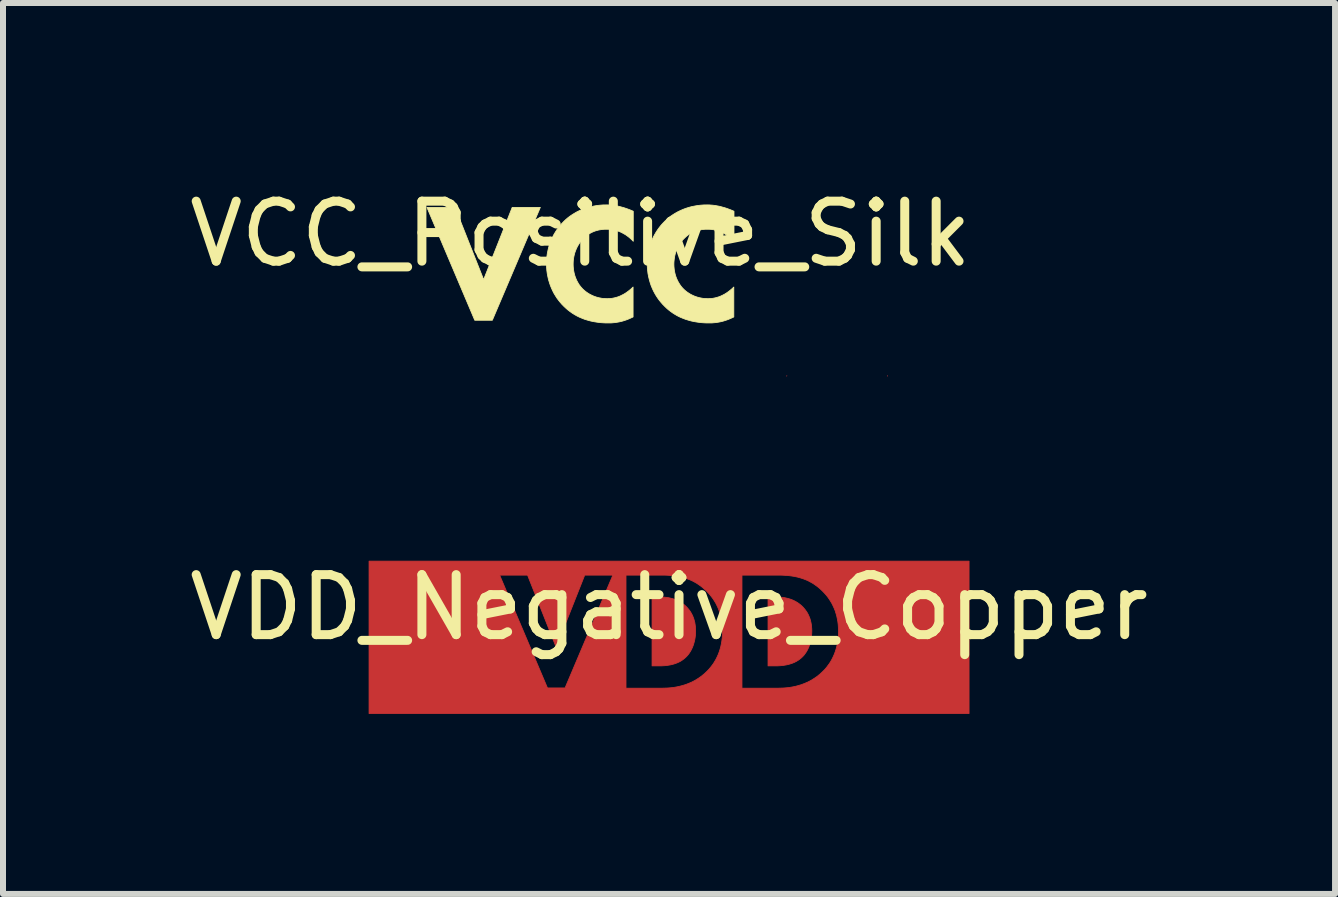
<source format=kicad_pcb>
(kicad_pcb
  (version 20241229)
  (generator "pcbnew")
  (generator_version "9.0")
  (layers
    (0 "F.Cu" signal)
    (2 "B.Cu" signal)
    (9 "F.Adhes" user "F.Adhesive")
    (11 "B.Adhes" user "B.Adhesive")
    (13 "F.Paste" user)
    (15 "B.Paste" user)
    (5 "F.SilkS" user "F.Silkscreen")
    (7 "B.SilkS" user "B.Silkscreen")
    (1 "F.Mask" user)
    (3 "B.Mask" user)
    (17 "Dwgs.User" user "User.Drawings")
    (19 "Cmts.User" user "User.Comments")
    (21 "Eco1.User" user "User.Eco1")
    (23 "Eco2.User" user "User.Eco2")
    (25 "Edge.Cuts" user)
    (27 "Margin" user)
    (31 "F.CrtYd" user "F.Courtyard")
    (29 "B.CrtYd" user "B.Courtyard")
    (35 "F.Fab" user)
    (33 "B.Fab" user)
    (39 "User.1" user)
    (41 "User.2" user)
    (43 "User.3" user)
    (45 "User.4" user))
  (footprint "VCC_Positive_Silk"
    (layer "F.Cu")
    (at 6.625 1.348)
    (property "Reference" "VCC_Positive_Silk" (at 0 -0.5 0) (unlocked yes) (layer "F.SilkS") (effects (font (size 1 1) (thickness 0.15))))
    (fp_poly (pts (xy 3.436 1.87) (xy 3.436 1.868) (xy 3.44 1.866)) (stroke (width 0.013) (type solid)) (fill yes) (layer "F.Cu"))
    (fp_poly (pts (xy 5.115 1.87) (xy 5.115 1.868) (xy 5.119 1.866)) (stroke (width 0.013) (type solid)) (fill yes) (layer "F.Cu"))
    (fp_poly (pts (xy -1.614 0.262) (xy -1.138 -0.941) (xy -0.669 -0.941) (xy -1.469 0.94) (xy -1.762 0.94) (xy -2.559 -0.941) (xy -2.09 -0.941)) (stroke (width 0.013) (type solid)) (fill yes) (layer "F.SilkS"))
    (fp_poly (pts (xy 0.452 -0.983) (xy 0.476 -0.982) (xy 0.5 -0.98) (xy 0.525 -0.978) (xy 0.551 -0.975) (xy 0.577 -0.971) (xy 0.604 -0.966) (xy 0.632 -0.961) (xy 0.66 -0.954) (xy 0.689 -0.946) (xy 0.719 -0.938) (xy 0.749 -0.928) (xy 0.781 -0.917) (xy 0.813 -0.905) (xy 0.846 -0.892) (xy 0.88 -0.877) (xy 0.88 -0.376) (xy 0.862 -0.395) (xy 0.842 -0.414) (xy 0.821 -0.433) (xy 0.799 -0.451) (xy 0.776 -0.468) (xy 0.752 -0.485) (xy 0.726 -0.5) (xy 0.699 -0.515) (xy 0.671 -0.529) (xy 0.642 -0.541) (xy 0.611 -0.551) (xy 0.596 -0.556) (xy 0.579 -0.56) (xy 0.563 -0.564) (xy 0.546 -0.568) (xy 0.529 -0.57) (xy 0.512 -0.573) (xy 0.494 -0.575) (xy 0.476 -0.576) (xy 0.458 -0.577) (xy 0.439 -0.577) (xy 0.41 -0.577) (xy 0.381 -0.575) (xy 0.353 -0.572) (xy 0.326 -0.568) (xy 0.299 -0.563) (xy 0.274 -0.556) (xy 0.249 -0.549) (xy 0.224 -0.54) (xy 0.201 -0.53) (xy 0.178 -0.519) (xy 0.156 -0.507) (xy 0.134 -0.494) (xy 0.113 -0.479) (xy 0.093 -0.464) (xy 0.073 -0.447) (xy 0.055 -0.429) (xy 0.035 -0.409) (xy 0.017 -0.389) (xy -0.001 -0.367) (xy -0.018 -0.343) (xy -0.033 -0.319) (xy -0.048 -0.294) (xy -0.061 -0.268) (xy -0.073 -0.241) (xy -0.084 -0.213) (xy -0.094 -0.185) (xy -0.102 -0.155) (xy -0.109 -0.125) (xy -0.115 -0.093) (xy -0.119 -0.061) (xy -0.121 -0.029) (xy -0.122 0.005) (xy -0.121 0.04) (xy -0.118 0.075) (xy -0.114 0.108) (xy -0.108 0.14) (xy -0.101 0.17) (xy -0.093 0.199) (xy -0.083 0.227) (xy -0.072 0.254) (xy -0.061 0.279) (xy -0.048 0.303) (xy -0.035 0.326) (xy -0.021 0.348) (xy -0.006 0.368) (xy 0.009 0.387) (xy 0.025 0.405) (xy 0.04 0.421) (xy 0.049 0.429) (xy 0.06 0.439) (xy 0.073 0.45) (xy 0.088 0.462) (xy 0.106 0.475) (xy 0.125 0.488) (xy 0.148 0.502) (xy 0.172 0.515) (xy 0.185 0.521) (xy 0.198 0.528) (xy 0.213 0.534) (xy 0.227 0.54) (xy 0.242 0.545) (xy 0.258 0.551) (xy 0.275 0.556) (xy 0.291 0.56) (xy 0.309 0.565) (xy 0.327 0.568) (xy 0.345 0.572) (xy 0.364 0.575) (xy 0.384 0.577) (xy 0.404 0.578) (xy 0.425 0.579) (xy 0.446 0.58) (xy 0.468 0.579) (xy 0.49 0.578) (xy 0.514 0.576) (xy 0.538 0.572) (xy 0.563 0.567) (xy 0.588 0.561) (xy 0.615 0.553) (xy 0.642 0.544) (xy 0.669 0.532) (xy 0.697 0.518) (xy 0.726 0.503) (xy 0.755 0.485) (xy 0.785 0.464) (xy 0.815 0.441) (xy 0.846 0.415) (xy 0.877 0.386) (xy 0.877 0.885) (xy 0.849 0.898) (xy 0.819 0.912) (xy 0.79 0.924) (xy 0.761 0.935) (xy 0.733 0.944) (xy 0.705 0.953) (xy 0.678 0.96) (xy 0.652 0.966) (xy 0.626 0.971) (xy 0.601 0.975) (xy 0.577 0.979) (xy 0.553 0.981) (xy 0.507 0.985) (xy 0.464 0.985) (xy 0.4 0.984) (xy 0.339 0.98) (xy 0.281 0.973) (xy 0.225 0.964) (xy 0.171 0.953) (xy 0.12 0.939) (xy 0.07 0.924) (xy 0.024 0.906) (xy -0.021 0.887) (xy -0.063 0.866) (xy -0.103 0.843) (xy -0.141 0.819) (xy -0.177 0.793) (xy -0.211 0.767) (xy -0.243 0.739) (xy -0.274 0.71) (xy -0.305 0.679) (xy -0.335 0.645) (xy -0.363 0.61) (xy -0.391 0.573) (xy -0.416 0.534) (xy -0.441 0.493) (xy -0.463 0.45) (xy -0.483 0.406) (xy -0.502 0.36) (xy -0.518 0.312) (xy -0.533 0.263) (xy -0.544 0.213) (xy -0.554 0.161) (xy -0.561 0.108) (xy -0.565 0.053) (xy -0.566 -0.002) (xy -0.565 -0.058) (xy -0.561 -0.112) (xy -0.554 -0.165) (xy -0.544 -0.216) (xy -0.533 -0.266) (xy -0.518 -0.315) (xy -0.502 -0.362) (xy -0.483 -0.407) (xy -0.463 -0.451) (xy -0.441 -0.493) (xy -0.416 -0.534) (xy -0.391 -0.573) (xy -0.363 -0.61) (xy -0.335 -0.646) (xy -0.305 -0.679) (xy -0.274 -0.711) (xy -0.242 -0.741) (xy -0.208 -0.77) (xy -0.172 -0.797) (xy -0.135 -0.822) (xy -0.096 -0.846) (xy -0.056 -0.869) (xy -0.014 -0.889) (xy 0.03 -0.908) (xy 0.075 -0.925) (xy 0.121 -0.94) (xy 0.169 -0.953) (xy 0.219 -0.963) (xy 0.269 -0.972) (xy 0.321 -0.978) (xy 0.374 -0.982) (xy 0.429 -0.983)) (stroke (width 0.013) (type solid)) (fill yes) (layer "F.SilkS"))
    (fp_poly (pts (xy 2.131 -0.983) (xy 2.155 -0.982) (xy 2.18 -0.98) (xy 2.205 -0.978) (xy 2.23 -0.975) (xy 2.257 -0.971) (xy 2.283 -0.966) (xy 2.311 -0.961) (xy 2.339 -0.954) (xy 2.368 -0.946) (xy 2.398 -0.938) (xy 2.429 -0.928) (xy 2.46 -0.917) (xy 2.492 -0.905) (xy 2.525 -0.892) (xy 2.559 -0.877) (xy 2.559 -0.376) (xy 2.541 -0.395) (xy 2.521 -0.414) (xy 2.5 -0.433) (xy 2.478 -0.451) (xy 2.455 -0.468) (xy 2.431 -0.485) (xy 2.405 -0.5) (xy 2.379 -0.515) (xy 2.35 -0.529) (xy 2.321 -0.541) (xy 2.291 -0.551) (xy 2.275 -0.556) (xy 2.259 -0.56) (xy 2.242 -0.564) (xy 2.226 -0.568) (xy 2.208 -0.57) (xy 2.191 -0.573) (xy 2.173 -0.575) (xy 2.155 -0.576) (xy 2.137 -0.577) (xy 2.118 -0.577) (xy 2.089 -0.577) (xy 2.06 -0.575) (xy 2.032 -0.572) (xy 2.005 -0.568) (xy 1.979 -0.563) (xy 1.953 -0.556) (xy 1.928 -0.549) (xy 1.904 -0.54) (xy 1.88 -0.53) (xy 1.857 -0.519) (xy 1.835 -0.507) (xy 1.813 -0.494) (xy 1.792 -0.479) (xy 1.772 -0.464) (xy 1.753 -0.447) (xy 1.734 -0.429) (xy 1.714 -0.409) (xy 1.696 -0.389) (xy 1.678 -0.367) (xy 1.662 -0.343) (xy 1.646 -0.319) (xy 1.631 -0.294) (xy 1.618 -0.268) (xy 1.606 -0.241) (xy 1.595 -0.213) (xy 1.585 -0.185) (xy 1.577 -0.155) (xy 1.57 -0.125) (xy 1.565 -0.093) (xy 1.561 -0.061) (xy 1.558 -0.029) (xy 1.557 0.005) (xy 1.558 0.04) (xy 1.561 0.075) (xy 1.565 0.108) (xy 1.571 0.14) (xy 1.578 0.17) (xy 1.586 0.199) (xy 1.596 0.227) (xy 1.607 0.254) (xy 1.619 0.279) (xy 1.631 0.303) (xy 1.645 0.326) (xy 1.659 0.348) (xy 1.673 0.368) (xy 1.688 0.387) (xy 1.704 0.405) (xy 1.72 0.421) (xy 1.728 0.429) (xy 1.739 0.439) (xy 1.752 0.45) (xy 1.767 0.462) (xy 1.785 0.475) (xy 1.805 0.488) (xy 1.827 0.502) (xy 1.851 0.515) (xy 1.864 0.521) (xy 1.878 0.528) (xy 1.892 0.534) (xy 1.906 0.54) (xy 1.922 0.545) (xy 1.938 0.551) (xy 1.954 0.556) (xy 1.971 0.56) (xy 1.988 0.565) (xy 2.006 0.568) (xy 2.025 0.572) (xy 2.044 0.575) (xy 2.063 0.577) (xy 2.083 0.578) (xy 2.104 0.579) (xy 2.125 0.58) (xy 2.147 0.579) (xy 2.169 0.578) (xy 2.193 0.576) (xy 2.217 0.572) (xy 2.242 0.567) (xy 2.267 0.561) (xy 2.294 0.553) (xy 2.321 0.544) (xy 2.348 0.532) (xy 2.377 0.518) (xy 2.405 0.503) (xy 2.434 0.485) (xy 2.464 0.464) (xy 2.494 0.441) (xy 2.525 0.415) (xy 2.556 0.386) (xy 2.556 0.885) (xy 2.529 0.898) (xy 2.498 0.912) (xy 2.469 0.924) (xy 2.44 0.935) (xy 2.412 0.944) (xy 2.384 0.953) (xy 2.358 0.96) (xy 2.331 0.966) (xy 2.306 0.971) (xy 2.281 0.975) (xy 2.256 0.979) (xy 2.232 0.981) (xy 2.187 0.985) (xy 2.143 0.985) (xy 2.079 0.984) (xy 2.018 0.98) (xy 1.96 0.973) (xy 1.904 0.964) (xy 1.85 0.953) (xy 1.799 0.939) (xy 1.75 0.924) (xy 1.703 0.906) (xy 1.658 0.887) (xy 1.616 0.866) (xy 1.576 0.843) (xy 1.538 0.819) (xy 1.502 0.793) (xy 1.468 0.767) (xy 1.436 0.739) (xy 1.406 0.71) (xy 1.375 0.679) (xy 1.345 0.645) (xy 1.316 0.61) (xy 1.289 0.573) (xy 1.263 0.534) (xy 1.239 0.493) (xy 1.216 0.45) (xy 1.196 0.406) (xy 1.177 0.36) (xy 1.161 0.312) (xy 1.147 0.263) (xy 1.135 0.213) (xy 1.125 0.161) (xy 1.119 0.108) (xy 1.114 0.053) (xy 1.113 -0.002) (xy 1.114 -0.058) (xy 1.119 -0.112) (xy 1.125 -0.165) (xy 1.135 -0.216) (xy 1.147 -0.266) (xy 1.161 -0.315) (xy 1.177 -0.362) (xy 1.196 -0.407) (xy 1.216 -0.451) (xy 1.239 -0.493) (xy 1.263 -0.534) (xy 1.289 -0.573) (xy 1.316 -0.61) (xy 1.345 -0.646) (xy 1.375 -0.679) (xy 1.406 -0.711) (xy 1.438 -0.741) (xy 1.471 -0.77) (xy 1.507 -0.797) (xy 1.544 -0.822) (xy 1.583 -0.846) (xy 1.624 -0.869) (xy 1.666 -0.889) (xy 1.709 -0.908) (xy 1.754 -0.925) (xy 1.801 -0.94) (xy 1.849 -0.953) (xy 1.898 -0.963) (xy 1.948 -0.972) (xy 2 -0.978) (xy 2.053 -0.982) (xy 2.108 -0.983)) (stroke (width 0.013) (type solid)) (fill yes) (layer "F.SilkS")))
  (footprint "VDD_Negative_Copper"
    (layer "F.Cu")
    (at 8.101 7.573)
    (property "Reference" "VDD_Negative_Copper" (at 0 -0.5 0) (unlocked yes) (layer "F.SilkS") (effects (font (size 1 1) (thickness 0.15))))
    (fp_poly (pts (xy 1.819 -0.673) (xy 1.846 -0.671) (xy 1.875 -0.668) (xy 1.904 -0.665) (xy 1.933 -0.66) (xy 1.963 -0.653) (xy 1.993 -0.646) (xy 2.023 -0.636) (xy 2.053 -0.625) (xy 2.083 -0.612) (xy 2.113 -0.596) (xy 2.142 -0.579) (xy 2.17 -0.559) (xy 2.198 -0.537) (xy 2.212 -0.524) (xy 2.225 -0.512) (xy 2.239 -0.497) (xy 2.253 -0.481) (xy 2.267 -0.464) (xy 2.28 -0.446) (xy 2.294 -0.427) (xy 2.307 -0.405) (xy 2.319 -0.383) (xy 2.33 -0.359) (xy 2.341 -0.333) (xy 2.351 -0.306) (xy 2.359 -0.277) (xy 2.366 -0.247) (xy 2.372 -0.214) (xy 2.376 -0.18) (xy 2.379 -0.144) (xy 2.38 -0.106) (xy 2.379 -0.067) (xy 2.376 -0.03) (xy 2.372 0.006) (xy 2.366 0.041) (xy 2.358 0.075) (xy 2.349 0.107) (xy 2.339 0.138) (xy 2.327 0.168) (xy 2.314 0.196) (xy 2.3 0.223) (xy 2.285 0.248) (xy 2.268 0.272) (xy 2.252 0.294) (xy 2.234 0.314) (xy 2.216 0.332) (xy 2.197 0.349) (xy 2.183 0.36) (xy 2.17 0.37) (xy 2.156 0.38) (xy 2.141 0.389) (xy 2.127 0.398) (xy 2.112 0.406) (xy 2.083 0.42) (xy 2.053 0.432) (xy 2.023 0.442) (xy 1.993 0.451) (xy 1.963 0.458) (xy 1.934 0.463) (xy 1.906 0.468) (xy 1.878 0.471) (xy 1.852 0.473) (xy 1.805 0.476) (xy 1.766 0.476) (xy 1.65 0.476) (xy 1.65 -0.674) (xy 1.766 -0.674)) (stroke (width 0.013) (type solid)) (fill yes) (layer "F.Cu"))
    (fp_poly (pts (xy -0.116 -0.673) (xy -0.089 -0.671) (xy -0.061 -0.668) (xy -0.032 -0.665) (xy -0.003 -0.66) (xy 0.027 -0.653) (xy 0.057 -0.646) (xy 0.087 -0.636) (xy 0.117 -0.625) (xy 0.146 -0.612) (xy 0.176 -0.596) (xy 0.205 -0.579) (xy 0.233 -0.559) (xy 0.261 -0.537) (xy 0.275 -0.524) (xy 0.288 -0.512) (xy 0.302 -0.497) (xy 0.316 -0.481) (xy 0.33 -0.464) (xy 0.344 -0.446) (xy 0.357 -0.427) (xy 0.37 -0.405) (xy 0.382 -0.383) (xy 0.394 -0.359) (xy 0.404 -0.333) (xy 0.414 -0.306) (xy 0.422 -0.277) (xy 0.43 -0.247) (xy 0.435 -0.214) (xy 0.44 -0.18) (xy 0.442 -0.144) (xy 0.443 -0.106) (xy 0.442 -0.067) (xy 0.44 -0.03) (xy 0.435 0.006) (xy 0.429 0.041) (xy 0.421 0.075) (xy 0.412 0.107) (xy 0.402 0.138) (xy 0.39 0.168) (xy 0.377 0.196) (xy 0.363 0.223) (xy 0.348 0.248) (xy 0.332 0.272) (xy 0.315 0.294) (xy 0.297 0.314) (xy 0.279 0.332) (xy 0.26 0.349) (xy 0.247 0.36) (xy 0.233 0.37) (xy 0.22 0.38) (xy 0.206 0.389) (xy 0.192 0.398) (xy 0.177 0.406) (xy 0.148 0.42) (xy 0.118 0.432) (xy 0.089 0.442) (xy 0.059 0.451) (xy 0.029 0.458) (xy 0.000326 0.463) (xy -0.028 0.468) (xy -0.055 0.471) (xy -0.081 0.473) (xy -0.128 0.476) (xy -0.167 0.476) (xy -0.283 0.476) (xy -0.283 0.473) (xy -0.283 -0.674) (xy -0.167 -0.674)) (stroke (width 0.013) (type solid)) (fill yes) (layer "F.Cu"))
    (fp_poly (pts (xy 5.001 1.27) (xy -5 1.27) (xy -5 0.847) (xy -0.717 0.847) (xy -0.107 0.847) (xy 1.216 0.847) (xy 1.826 0.847) (xy 1.892 0.845) (xy 1.93 0.843) (xy 1.971 0.839) (xy 2.014 0.834) (xy 2.06 0.826) (xy 2.108 0.816) (xy 2.157 0.803) (xy 2.207 0.788) (xy 2.259 0.768) (xy 2.311 0.746) (xy 2.363 0.719) (xy 2.415 0.687) (xy 2.467 0.652) (xy 2.517 0.611) (xy 2.542 0.588) (xy 2.567 0.564) (xy 2.596 0.535) (xy 2.623 0.503) (xy 2.648 0.47) (xy 2.673 0.436) (xy 2.696 0.4) (xy 2.717 0.362) (xy 2.736 0.323) (xy 2.754 0.283) (xy 2.77 0.24) (xy 2.784 0.196) (xy 2.796 0.151) (xy 2.806 0.104) (xy 2.814 0.055) (xy 2.82 0.004) (xy 2.823 -0.048) (xy 2.825 -0.102) (xy 2.823 -0.156) (xy 2.82 -0.209) (xy 2.814 -0.259) (xy 2.805 -0.308) (xy 2.795 -0.356) (xy 2.782 -0.401) (xy 2.768 -0.446) (xy 2.751 -0.488) (xy 2.732 -0.529) (xy 2.712 -0.569) (xy 2.689 -0.607) (xy 2.665 -0.644) (xy 2.64 -0.679) (xy 2.612 -0.713) (xy 2.583 -0.745) (xy 2.553 -0.776) (xy 2.51 -0.816) (xy 2.465 -0.852) (xy 2.421 -0.884) (xy 2.375 -0.912) (xy 2.329 -0.937) (xy 2.283 -0.958) (xy 2.236 -0.976) (xy 2.189 -0.991) (xy 2.142 -1.004) (xy 2.095 -1.014) (xy 2.047 -1.022) (xy 2 -1.028) (xy 1.953 -1.032) (xy 1.905 -1.035) (xy 1.859 -1.037) (xy 1.812 -1.037) (xy 1.216 -1.037) (xy 1.216 0.847) (xy -0.107 0.847) (xy -0.041 0.845) (xy -0.003 0.843) (xy 0.038 0.839) (xy 0.081 0.834) (xy 0.127 0.826) (xy 0.174 0.816) (xy 0.224 0.803) (xy 0.274 0.788) (xy 0.326 0.768) (xy 0.378 0.746) (xy 0.43 0.719) (xy 0.482 0.687) (xy 0.533 0.652) (xy 0.584 0.611) (xy 0.609 0.588) (xy 0.634 0.564) (xy 0.662 0.535) (xy 0.689 0.503) (xy 0.715 0.47) (xy 0.74 0.436) (xy 0.762 0.4) (xy 0.784 0.362) (xy 0.803 0.323) (xy 0.821 0.283) (xy 0.837 0.24) (xy 0.851 0.196) (xy 0.863 0.151) (xy 0.873 0.104) (xy 0.881 0.055) (xy 0.887 0.004) (xy 0.89 -0.048) (xy 0.891 -0.102) (xy 0.89 -0.156) (xy 0.887 -0.209) (xy 0.881 -0.259) (xy 0.872 -0.308) (xy 0.862 -0.356) (xy 0.849 -0.401) (xy 0.834 -0.446) (xy 0.818 -0.488) (xy 0.799 -0.529) (xy 0.779 -0.569) (xy 0.756 -0.607) (xy 0.732 -0.644) (xy 0.706 -0.679) (xy 0.679 -0.713) (xy 0.65 -0.745) (xy 0.62 -0.776) (xy 0.576 -0.816) (xy 0.532 -0.852) (xy 0.487 -0.884) (xy 0.442 -0.912) (xy 0.396 -0.937) (xy 0.35 -0.958) (xy 0.303 -0.976) (xy 0.256 -0.991) (xy 0.209 -1.004) (xy 0.161 -1.014) (xy 0.114 -1.022) (xy 0.067 -1.028) (xy 0.019 -1.032) (xy -0.028 -1.035) (xy -0.075 -1.037) (xy -0.121 -1.037) (xy -0.717 -1.037) (xy -0.717 0.847) (xy -5 0.847) (xy -5 -1.037) (xy -2.823 -1.037) (xy -2.026 0.843) (xy -1.733 0.843) (xy -0.936 -1.037) (xy -1.405 -1.037) (xy -1.881 0.166) (xy -2.358 -1.037) (xy -2.823 -1.037) (xy -5 -1.037) (xy -5 -1.27) (xy 5.001 -1.27)) (stroke (width 0.013) (type solid)) (fill yes) (layer "F.Cu")))
  (gr_rect
    (start -3 -3)
    (end 19.202 11.85)
    (stroke (width 0.1) (type default))
    (fill no)
    (layer "Edge.Cuts")))
</source>
